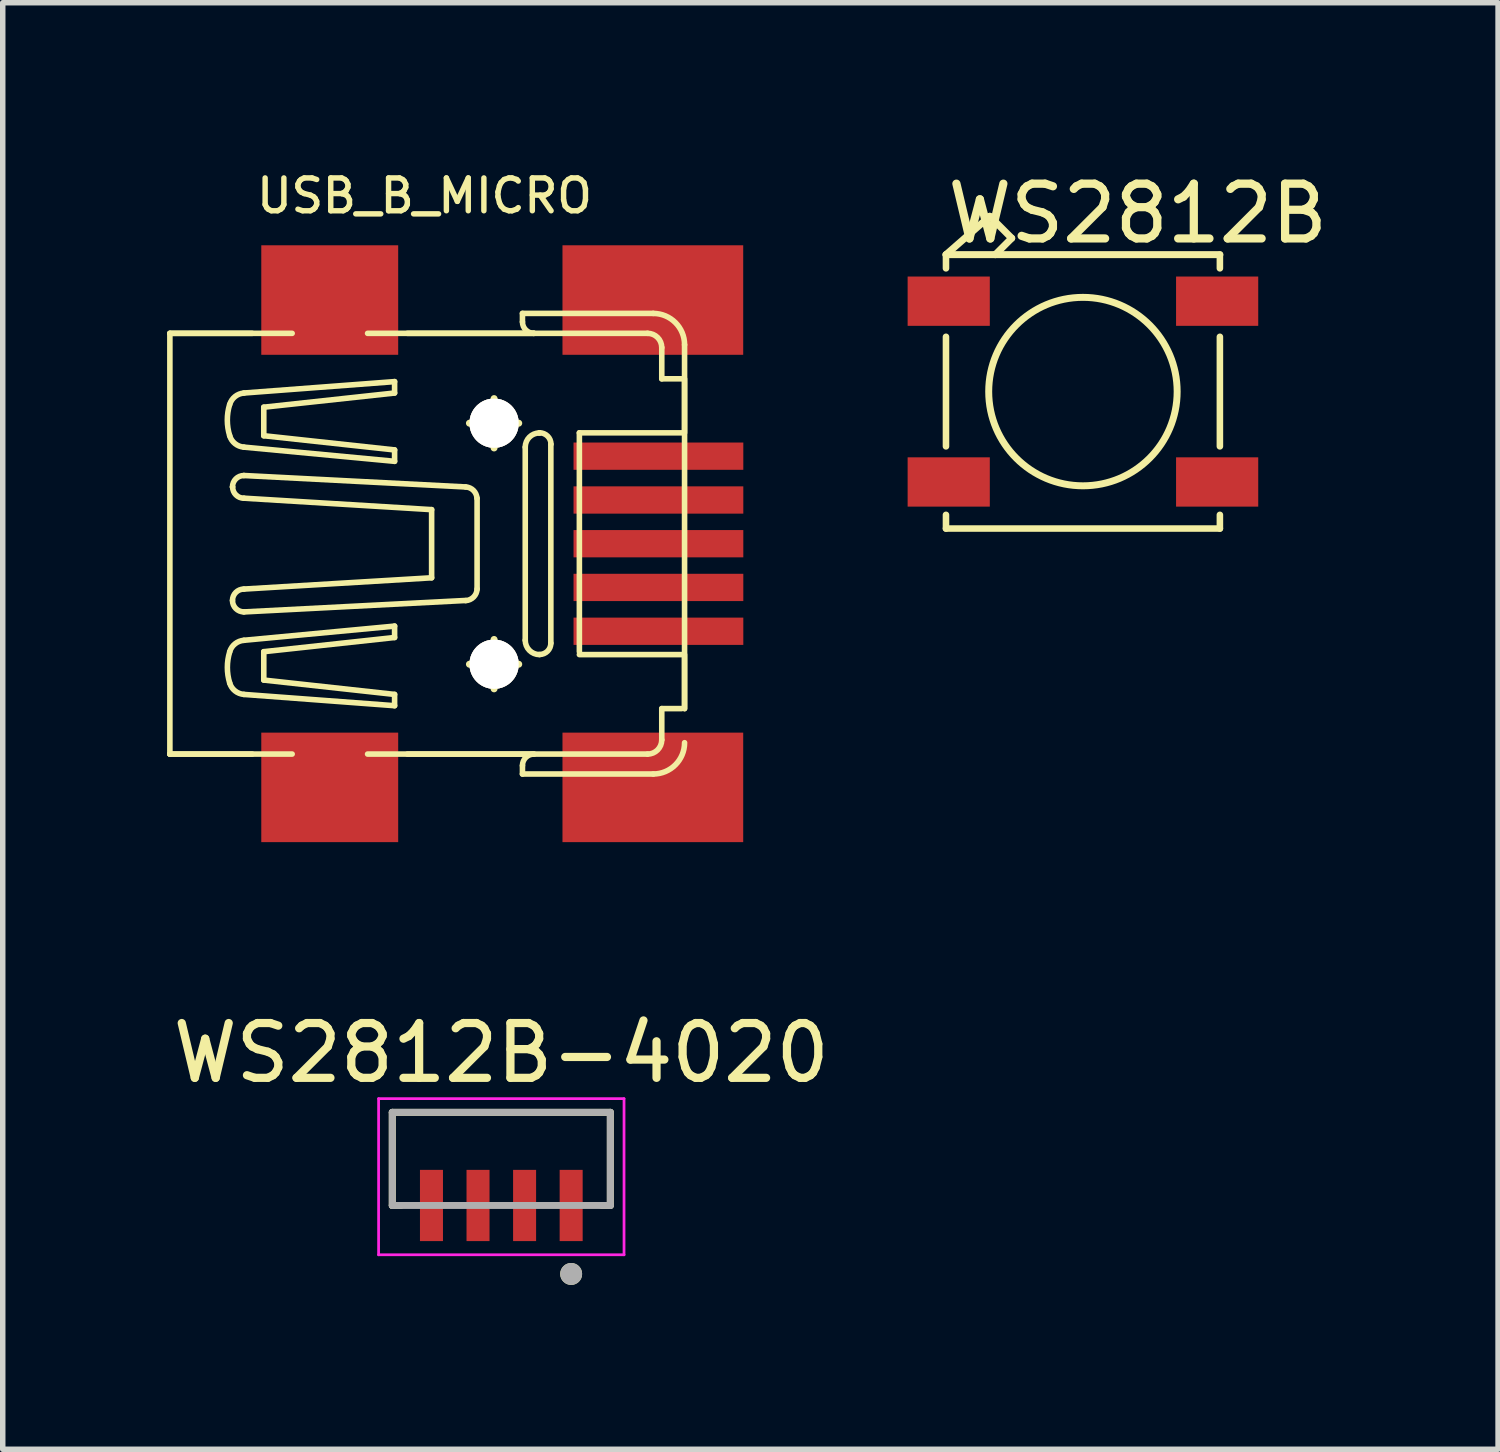
<source format=kicad_pcb>
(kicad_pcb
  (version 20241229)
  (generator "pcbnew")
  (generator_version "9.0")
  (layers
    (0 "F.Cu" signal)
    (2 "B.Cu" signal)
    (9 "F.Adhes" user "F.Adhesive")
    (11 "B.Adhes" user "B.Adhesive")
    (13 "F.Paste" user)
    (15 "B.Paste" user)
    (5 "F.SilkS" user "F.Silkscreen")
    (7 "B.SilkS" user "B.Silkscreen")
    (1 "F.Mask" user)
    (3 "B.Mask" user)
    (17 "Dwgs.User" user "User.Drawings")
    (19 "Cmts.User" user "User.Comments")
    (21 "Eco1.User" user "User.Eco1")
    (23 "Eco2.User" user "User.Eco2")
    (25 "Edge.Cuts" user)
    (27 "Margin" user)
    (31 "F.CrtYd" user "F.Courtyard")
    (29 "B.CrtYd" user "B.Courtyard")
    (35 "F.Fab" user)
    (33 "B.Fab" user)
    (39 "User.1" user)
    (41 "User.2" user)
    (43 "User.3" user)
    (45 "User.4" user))
  (footprint "USB_B_MICRO"
    (layer "F.Cu")
    (at 5.969 6.875)
    (property "Reference" "USB_B_MICRO" (at -1.27 -6.35 0) (layer "F.SilkS") (effects (font (size 0.599 0.599) (thickness 0.099))))
    (attr smd)
    (fp_line (start -5.918 -3.84) (end -4.415 -3.84) (stroke (width 0.102) (type solid)) (layer "F.SilkS"))
    (fp_line (start -5.918 -3.84) (end -3.686 -3.84) (stroke (width 0.102) (type solid)) (layer "F.SilkS"))
    (fp_line (start -5.918 3.84) (end -5.918 -3.84) (stroke (width 0.102) (type solid)) (layer "F.SilkS"))
    (fp_line (start -5.918 3.84) (end -5.918 3.84) (stroke (width 0.102) (type solid)) (layer "F.SilkS"))
    (fp_line (start -5.918 3.84) (end -4.415 3.84) (stroke (width 0.102) (type solid)) (layer "F.SilkS"))
    (fp_line (start -5.918 3.84) (end -3.686 3.84) (stroke (width 0.102) (type solid)) (layer "F.SilkS"))
    (fp_line (start -4.775 -1.036) (end -4.775 -1.036) (stroke (width 0.102) (type solid)) (layer "F.SilkS"))
    (fp_line (start -4.567 -1.763) (end -1.816 -1.504) (stroke (width 0.102) (type solid)) (layer "F.SilkS"))
    (fp_line (start -4.567 -1.245) (end -0.518 -1.036) (stroke (width 0.102) (type solid)) (layer "F.SilkS"))
    (fp_line (start -4.567 -0.831) (end -1.14 -0.622) (stroke (width 0.102) (type solid)) (layer "F.SilkS"))
    (fp_line (start -4.567 0.828) (end -1.14 0.622) (stroke (width 0.102) (type solid)) (layer "F.SilkS"))
    (fp_line (start -4.567 1.245) (end -0.518 1.036) (stroke (width 0.102) (type solid)) (layer "F.SilkS"))
    (fp_line (start -4.567 1.763) (end -1.816 1.504) (stroke (width 0.102) (type solid)) (layer "F.SilkS"))
    (fp_line (start -4.204 -2.492) (end -1.816 -2.751) (stroke (width 0.102) (type solid)) (layer "F.SilkS"))
    (fp_line (start -4.204 -1.971) (end -4.204 -2.492) (stroke (width 0.102) (type solid)) (layer "F.SilkS"))
    (fp_line (start -4.204 1.971) (end -4.204 2.489) (stroke (width 0.102) (type solid)) (layer "F.SilkS"))
    (fp_line (start -4.204 2.489) (end -1.816 2.751) (stroke (width 0.102) (type solid)) (layer "F.SilkS"))
    (fp_line (start -2.309 -3.84) (end 0.726 -3.84) (stroke (width 0.102) (type solid)) (layer "F.SilkS"))
    (fp_line (start -2.309 3.84) (end 2.802 3.84) (stroke (width 0.102) (type solid)) (layer "F.SilkS"))
    (fp_line (start -1.816 -2.959) (end -4.567 -2.751) (stroke (width 0.102) (type solid)) (layer "F.SilkS"))
    (fp_line (start -1.816 -2.751) (end -1.816 -2.959) (stroke (width 0.102) (type solid)) (layer "F.SilkS"))
    (fp_line (start -1.816 -1.712) (end -4.204 -1.971) (stroke (width 0.102) (type solid)) (layer "F.SilkS"))
    (fp_line (start -1.816 -1.504) (end -1.816 -1.712) (stroke (width 0.102) (type solid)) (layer "F.SilkS"))
    (fp_line (start -1.816 1.504) (end -1.816 1.712) (stroke (width 0.102) (type solid)) (layer "F.SilkS"))
    (fp_line (start -1.816 1.712) (end -4.204 1.971) (stroke (width 0.102) (type solid)) (layer "F.SilkS"))
    (fp_line (start -1.816 2.751) (end -1.816 2.957) (stroke (width 0.102) (type solid)) (layer "F.SilkS"))
    (fp_line (start -1.816 2.957) (end -4.567 2.751) (stroke (width 0.102) (type solid)) (layer "F.SilkS"))
    (fp_line (start -1.582 -3.84) (end 0.726 -3.84) (stroke (width 0.102) (type solid)) (layer "F.SilkS"))
    (fp_line (start -1.582 3.84) (end 0.726 3.84) (stroke (width 0.102) (type solid)) (layer "F.SilkS"))
    (fp_line (start -1.14 0.622) (end -1.14 -0.622) (stroke (width 0.102) (type solid)) (layer "F.SilkS"))
    (fp_line (start -0.45 -2.2) (end 0.45 -2.2) (stroke (width 0.127) (type solid)) (layer "F.SilkS"))
    (fp_line (start -0.45 2.2) (end 0.45 2.2) (stroke (width 0.127) (type solid)) (layer "F.SilkS"))
    (fp_line (start -0.31 0.828) (end -0.31 -0.831) (stroke (width 0.102) (type solid)) (layer "F.SilkS"))
    (fp_line (start 0 -1.748) (end 0 -2.649) (stroke (width 0.127) (type solid)) (layer "F.SilkS"))
    (fp_line (start 0 2.649) (end 0 1.748) (stroke (width 0.127) (type solid)) (layer "F.SilkS"))
    (fp_line (start 0.518 -4.204) (end 2.906 -4.204) (stroke (width 0.102) (type solid)) (layer "F.SilkS"))
    (fp_line (start 0.518 -4.049) (end 0.518 -4.204) (stroke (width 0.102) (type solid)) (layer "F.SilkS"))
    (fp_line (start 0.518 4.049) (end 0.518 4.204) (stroke (width 0.102) (type solid)) (layer "F.SilkS"))
    (fp_line (start 0.518 4.204) (end 2.906 4.204) (stroke (width 0.102) (type solid)) (layer "F.SilkS"))
    (fp_line (start 0.569 -1.763) (end 0.569 1.763) (stroke (width 0.102) (type solid)) (layer "F.SilkS"))
    (fp_line (start 0.828 -2.024) (end 0.828 -2.024) (stroke (width 0.102) (type solid)) (layer "F.SilkS"))
    (fp_line (start 1.036 1.816) (end 1.036 -1.816) (stroke (width 0.102) (type solid)) (layer "F.SilkS"))
    (fp_line (start 1.557 -2.024) (end 3.424 -2.024) (stroke (width 0.102) (type solid)) (layer "F.SilkS"))
    (fp_line (start 1.557 1.971) (end 1.557 -2.024) (stroke (width 0.102) (type solid)) (layer "F.SilkS"))
    (fp_line (start 1.557 2.024) (end 3.424 2.024) (stroke (width 0.102) (type solid)) (layer "F.SilkS"))
    (fp_line (start 2.802 -3.84) (end 0.726 -3.84) (stroke (width 0.102) (type solid)) (layer "F.SilkS"))
    (fp_line (start 3.061 -3.581) (end 3.061 -3.01) (stroke (width 0.102) (type solid)) (layer "F.SilkS"))
    (fp_line (start 3.061 -3.01) (end 3.424 -3.01) (stroke (width 0.102) (type solid)) (layer "F.SilkS"))
    (fp_line (start 3.061 3.01) (end 3.424 3.01) (stroke (width 0.102) (type solid)) (layer "F.SilkS"))
    (fp_line (start 3.061 3.581) (end 3.061 3.01) (stroke (width 0.102) (type solid)) (layer "F.SilkS"))
    (fp_line (start 3.477 -3.632) (end 3.477 3.01) (stroke (width 0.102) (type solid)) (layer "F.SilkS"))
    (fp_line (start 3.477 -3.01) (end 3.477 -2.024) (stroke (width 0.102) (type solid)) (layer "F.SilkS"))
    (fp_line (start 3.477 2.024) (end 3.477 3.01) (stroke (width 0.102) (type solid)) (layer "F.SilkS"))
    (fp_arc (start -4.826 -2.54254) (mid -4.728304 -2.686403) (end -4.566527 -2.750193) (stroke (width 0.1016) (type solid)) (layer "F.SilkS"))
    (fp_arc (start -4.826 -1.97104) (mid -4.869296 -2.255382) (end -4.827566 -2.539958) (stroke (width 0.1016) (type solid)) (layer "F.SilkS"))
    (fp_arc (start -4.826 1.97104) (mid -4.728304 1.827177) (end -4.566527 1.763387) (stroke (width 0.1016) (type solid)) (layer "F.SilkS"))
    (fp_arc (start -4.826 2.54254) (mid -4.868553 2.258309) (end -4.826146 1.974057) (stroke (width 0.1016) (type solid)) (layer "F.SilkS"))
    (fp_arc (start -4.7752 -1.03632) (mid -4.714196 -1.183596) (end -4.56692 -1.2446) (stroke (width 0.1016) (type solid)) (layer "F.SilkS"))
    (fp_arc (start -4.7752 1.03632) (mid -4.714196 0.889044) (end -4.56692 0.82804) (stroke (width 0.1016) (type solid)) (layer "F.SilkS"))
    (fp_arc (start -4.56692 -1.76276) (mid -4.728982 -1.826881) (end -4.826727 -1.971177) (stroke (width 0.1016) (type solid)) (layer "F.SilkS"))
    (fp_arc (start -4.56692 -0.83058) (mid -4.7124 -0.89084) (end -4.77266 -1.03632) (stroke (width 0.1016) (type solid)) (layer "F.SilkS"))
    (fp_arc (start -4.56692 1.2446) (mid -4.714196 1.183596) (end -4.7752 1.03632) (stroke (width 0.1016) (type solid)) (layer "F.SilkS"))
    (fp_arc (start -4.56692 2.75082) (mid -4.728982 2.686699) (end -4.826727 2.542403) (stroke (width 0.1016) (type solid)) (layer "F.SilkS"))
    (fp_arc (start -0.51816 -1.03632) (mid -0.37566 -0.972121) (end -0.312346 -0.829227) (stroke (width 0.1016) (type solid)) (layer "F.SilkS"))
    (fp_arc (start -0.30988 0.82804) (mid -0.373032 0.972882) (end -0.51671 1.03864) (stroke (width 0.1016) (type solid)) (layer "F.SilkS"))
    (fp_arc (start 0.51816 4.04876) (mid 0.579164 3.901484) (end 0.72644 3.84048) (stroke (width 0.1016) (type solid)) (layer "F.SilkS"))
    (fp_arc (start 0.56896 -1.76276) (mid 0.644683 -1.945797) (end 0.827588 -2.02184) (stroke (width 0.1016) (type solid)) (layer "F.SilkS"))
    (fp_arc (start 0.72644 -3.84048) (mid 0.579164 -3.901484) (end 0.51816 -4.04876) (stroke (width 0.1016) (type solid)) (layer "F.SilkS"))
    (fp_arc (start 0.82804 -2.02438) (mid 0.97606 -1.965172) (end 1.03886 -1.81864) (stroke (width 0.1016) (type solid)) (layer "F.SilkS"))
    (fp_arc (start 0.82804 2.02438) (mid 0.644111 1.946283) (end 0.568953 1.761133) (stroke (width 0.1016) (type solid)) (layer "F.SilkS"))
    (fp_arc (start 1.03632 1.8161) (mid 0.97606 1.96158) (end 0.83058 2.02184) (stroke (width 0.1016) (type solid)) (layer "F.SilkS"))
    (fp_arc (start 2.80162 -3.84048) (mid 2.984817 -3.764597) (end 3.0607 -3.5814) (stroke (width 0.1016) (type solid)) (layer "F.SilkS"))
    (fp_arc (start 2.90576 -4.2037) (mid 3.309872 -4.036312) (end 3.47726 -3.6322) (stroke (width 0.1016) (type solid)) (layer "F.SilkS"))
    (fp_arc (start 3.0607 3.5814) (mid 2.984817 3.764597) (end 2.80162 3.84048) (stroke (width 0.1016) (type solid)) (layer "F.SilkS"))
    (fp_arc (start 3.47726 3.6322) (mid 3.309872 4.036312) (end 2.90576 4.2037) (stroke (width 0.1016) (type solid)) (layer "F.SilkS"))
    (fp_circle (center 0 -2.2) (end -0.224 -2.423) (stroke (width 0.127) (type solid)) (fill no) (layer "F.SilkS"))
    (fp_circle (center 0 2.2) (end -0.224 2.423) (stroke (width 0.127) (type solid)) (fill no) (layer "F.SilkS"))
    (pad "1" smd rect (at 3 -1.598) (size 3.099 0.498) (layers "F.Cu" "F.Mask" "F.Paste"))
    (pad "2" smd rect (at 3 -0.798) (size 3.099 0.498) (layers "F.Cu" "F.Mask" "F.Paste"))
    (pad "3" smd rect (at 3 0) (size 3.099 0.498) (layers "F.Cu" "F.Mask" "F.Paste"))
    (pad "4" smd rect (at 3 0.798) (size 3.099 0.498) (layers "F.Cu" "F.Mask" "F.Paste"))
    (pad "5" smd rect (at 3 1.598) (size 3.099 0.498) (layers "F.Cu" "F.Mask" "F.Paste"))
    (pad "6" smd rect (at -3 -4.448) (size 2.499 1.999) (layers "F.Cu" "F.Mask" "F.Paste"))
    (pad "6" smd rect (at -3 4.448) (size 2.499 1.999) (layers "F.Cu" "F.Mask" "F.Paste"))
    (pad "6" smd rect (at 2.898 -4.448) (size 3.299 1.999) (layers "F.Cu" "F.Mask" "F.Paste"))
    (pad "6" smd rect (at 2.898 4.448) (size 3.299 1.999) (layers "F.Cu" "F.Mask" "F.Paste"))
    (pad "~" thru_hole circle (at 0 -2.2) (size 0.899 0.899) (drill 0.899) (layers "*.Mask" "F.Cu" "F.SilkS"))
    (pad "~" thru_hole circle (at 0 2.2) (size 0.899 0.899) (drill 0.899) (layers "*.Mask" "F.Cu" "F.SilkS")))
  (footprint "WS2812B-4020"
    (layer "F.Cu")
    (at 6.101 18.105)
    (property "Reference" "WS2812B-4020" (at 0 -1.935 0) (layer "F.SilkS") (effects (font (size 1 1) (thickness 0.15))))
    (attr smd)
    (fp_line (start -1.99 -0.85) (end 1.99 -0.85) (stroke (width 0.127) (type solid)) (layer "F.SilkS"))
    (fp_line (start -1.99 0.85) (end -1.99 -0.85) (stroke (width 0.127) (type solid)) (layer "F.SilkS"))
    (fp_line (start -1.835 0.85) (end -1.99 0.85) (stroke (width 0.127) (type solid)) (layer "F.SilkS"))
    (fp_line (start 1.99 -0.85) (end 1.99 0.85) (stroke (width 0.127) (type solid)) (layer "F.SilkS"))
    (fp_line (start 1.99 0.85) (end 1.835 0.85) (stroke (width 0.127) (type solid)) (layer "F.SilkS"))
    (fp_circle (center 1.275 2.1) (end 1.375 2.1) (stroke (width 0.2) (type solid)) (fill no) (layer "F.SilkS"))
    (fp_line (start -2.24 -1.1) (end -2.24 1.75) (stroke (width 0.05) (type solid)) (layer "F.CrtYd"))
    (fp_line (start -2.24 1.75) (end 2.24 1.75) (stroke (width 0.05) (type solid)) (layer "F.CrtYd"))
    (fp_line (start 2.24 -1.1) (end -2.24 -1.1) (stroke (width 0.05) (type solid)) (layer "F.CrtYd"))
    (fp_line (start 2.24 1.75) (end 2.24 -1.1) (stroke (width 0.05) (type solid)) (layer "F.CrtYd"))
    (fp_line (start -1.99 -0.85) (end 1.99 -0.85) (stroke (width 0.127) (type solid)) (layer "F.Fab"))
    (fp_line (start -1.99 0.85) (end -1.99 -0.85) (stroke (width 0.127) (type solid)) (layer "F.Fab"))
    (fp_line (start 1.99 -0.85) (end 1.99 0.85) (stroke (width 0.127) (type solid)) (layer "F.Fab"))
    (fp_line (start 1.99 0.85) (end -1.99 0.85) (stroke (width 0.127) (type solid)) (layer "F.Fab"))
    (fp_circle (center 1.275 2.1) (end 1.375 2.1) (stroke (width 0.2) (type solid)) (fill no) (layer "F.Fab"))
    (pad "1" smd rect (at 1.275 0.85) (size 0.42 1.3) (layers "F.Cu" "F.Mask" "F.Paste"))
    (pad "2" smd rect (at 0.425 0.85) (size 0.42 1.3) (layers "F.Cu" "F.Mask" "F.Paste"))
    (pad "3" smd rect (at -0.425 0.85) (size 0.42 1.3) (layers "F.Cu" "F.Mask" "F.Paste"))
    (pad "4" smd rect (at -1.275 0.85) (size 0.42 1.3) (layers "F.Cu" "F.Mask" "F.Paste")))
  (footprint "WS2812B"
    (layer "F.Cu")
    (at 16.718 4.098)
    (property "Reference" "WS2812B" (at 1 -3.25 180) (layer "F.SilkS") (effects (font (size 1 1) (thickness 0.15))))
    (attr smd)
    (fp_line (start -2.5 -2.5) (end -2.5 -2.25) (stroke (width 0.12) (type default)) (layer "F.SilkS"))
    (fp_line (start -2.5 -2.5) (end -1.6 -2.5) (stroke (width 0.127) (type solid)) (layer "F.SilkS"))
    (fp_line (start -2.5 -1) (end -2.5 1) (stroke (width 0.12) (type default)) (layer "F.SilkS"))
    (fp_line (start -2.5 2.5) (end -2.5 2.25) (stroke (width 0.12) (type default)) (layer "F.SilkS"))
    (fp_line (start -2.5 2.5) (end 2.5 2.5) (stroke (width 0.12) (type default)) (layer "F.SilkS"))
    (fp_line (start -1.7 -3.2) (end -2.5 -2.5) (stroke (width 0.127) (type solid)) (layer "F.SilkS"))
    (fp_line (start -1.6 -2.5) (end -1.3 -2.8) (stroke (width 0.127) (type solid)) (layer "F.SilkS"))
    (fp_line (start -1.6 -2.5) (end 2.5 -2.5) (stroke (width 0.127) (type solid)) (layer "F.SilkS"))
    (fp_line (start -1.3 -2.8) (end -1.7 -3.2) (stroke (width 0.127) (type solid)) (layer "F.SilkS"))
    (fp_line (start 2.5 -2.5) (end 2.5 -2.25) (stroke (width 0.12) (type default)) (layer "F.SilkS"))
    (fp_line (start 2.5 1) (end 2.5 -1) (stroke (width 0.12) (type default)) (layer "F.SilkS"))
    (fp_line (start 2.5 2.5) (end 2.5 2.25) (stroke (width 0.12) (type default)) (layer "F.SilkS"))
    (fp_circle (center 0 0) (end 1.72 0) (stroke (width 0.127) (type solid)) (fill no) (layer "F.SilkS"))
    (pad "1" smd rect (at -2.45 -1.65 180) (size 1.5 0.9) (layers "F.Cu" "F.Mask" "F.Paste"))
    (pad "2" smd rect (at -2.45 1.65 180) (size 1.5 0.9) (layers "F.Cu" "F.Mask" "F.Paste"))
    (pad "3" smd rect (at 2.45 1.65 180) (size 1.5 0.9) (layers "F.Cu" "F.Mask" "F.Paste"))
    (pad "4" smd rect (at 2.45 -1.65 180) (size 1.5 0.9) (layers "F.Cu" "F.Mask" "F.Paste")))
  (gr_rect
    (start -3 -3)
    (end 24.296 23.405)
    (stroke (width 0.1) (type default))
    (fill no)
    (layer "Edge.Cuts")))
</source>
